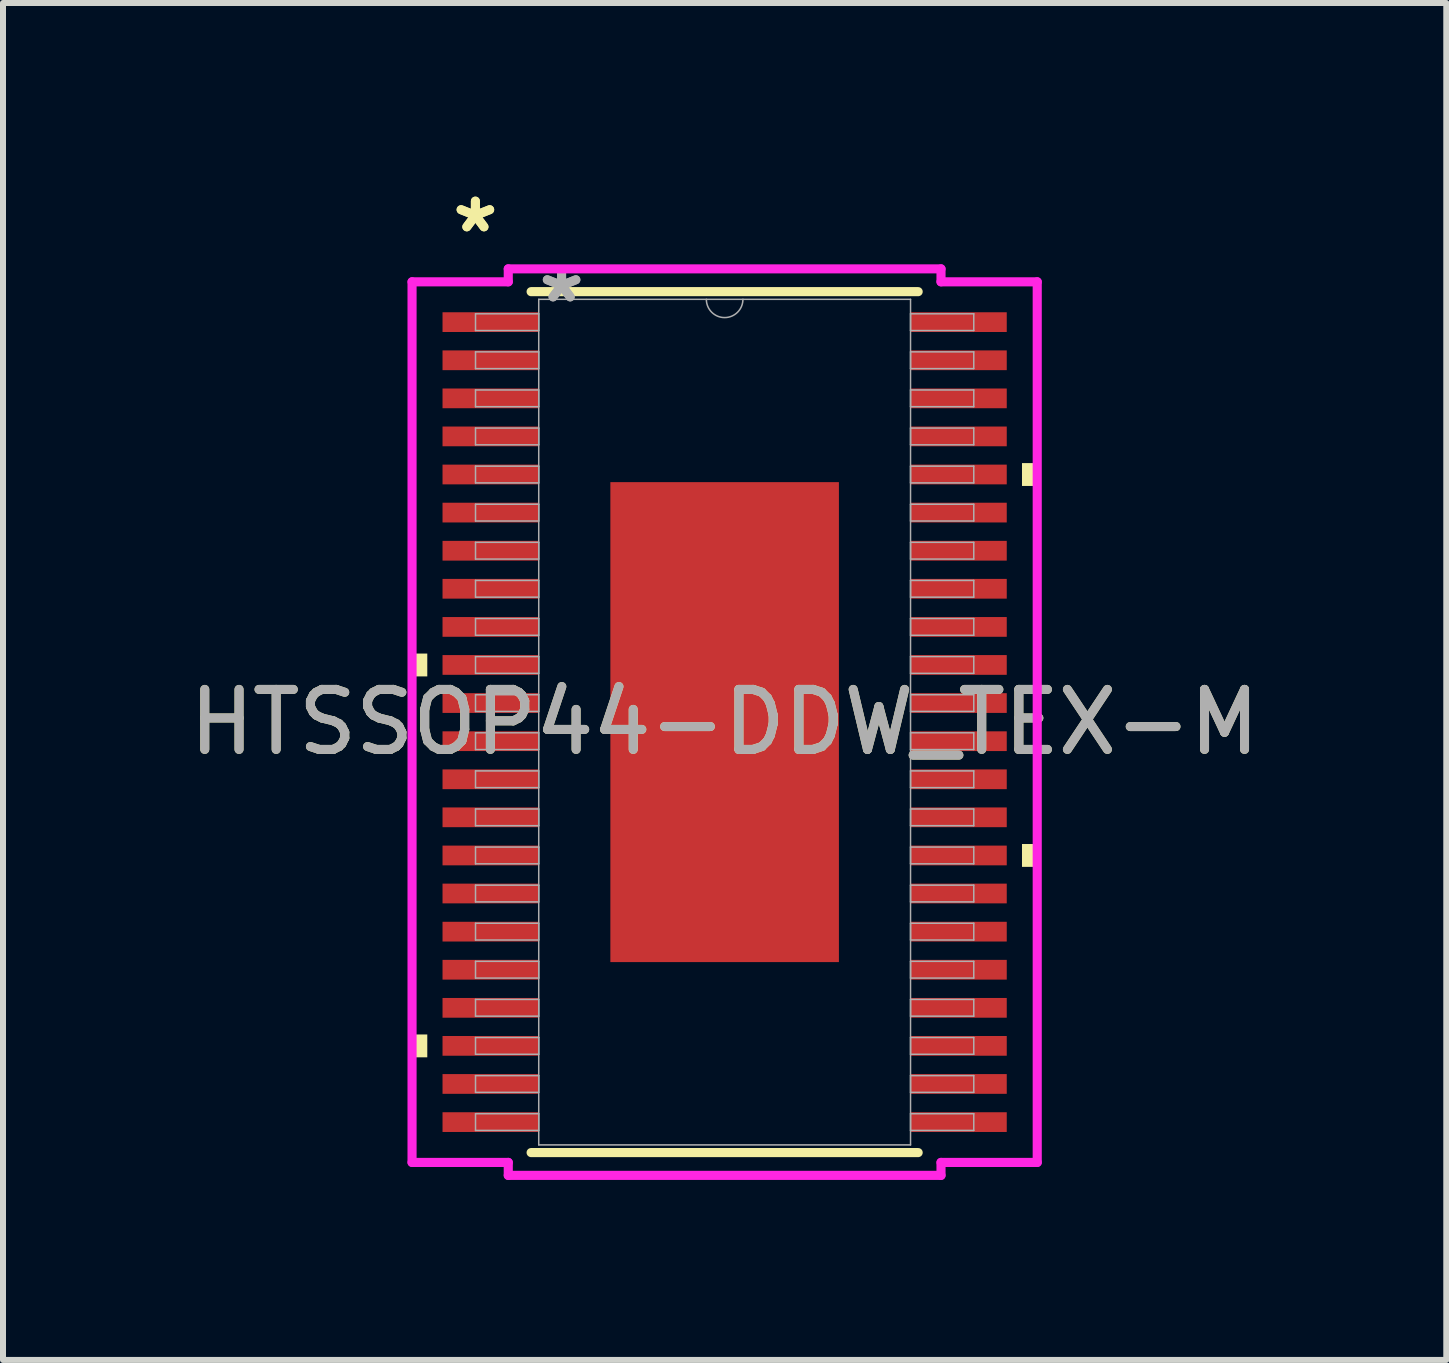
<source format=kicad_pcb>
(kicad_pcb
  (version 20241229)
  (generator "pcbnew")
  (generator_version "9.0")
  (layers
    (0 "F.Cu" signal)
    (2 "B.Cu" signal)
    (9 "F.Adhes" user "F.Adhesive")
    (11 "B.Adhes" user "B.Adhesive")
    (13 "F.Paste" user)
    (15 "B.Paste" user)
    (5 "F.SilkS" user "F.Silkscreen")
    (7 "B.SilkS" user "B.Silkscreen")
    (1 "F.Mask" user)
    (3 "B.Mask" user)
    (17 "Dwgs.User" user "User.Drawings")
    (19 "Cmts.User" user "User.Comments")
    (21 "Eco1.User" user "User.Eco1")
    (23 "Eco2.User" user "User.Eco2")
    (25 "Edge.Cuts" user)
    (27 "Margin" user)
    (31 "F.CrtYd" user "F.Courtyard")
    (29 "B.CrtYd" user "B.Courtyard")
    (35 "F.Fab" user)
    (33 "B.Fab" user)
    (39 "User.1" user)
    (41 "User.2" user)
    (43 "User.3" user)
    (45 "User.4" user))
  (footprint "HTSSOP44-DDW_TEX-M"
    (layer "F.Cu")
    (at 9.03 8.988)
    (property "Reference" "HTSSOP44-DDW_TEX-M" (at 0 0 0) (unlocked yes) (layer "F.SilkS") (effects (font (size 1 1) (thickness 0.15))))
    (attr smd)
    (fp_line (start -3.226 7.176) (end 3.226 7.176) (stroke (width 0.152) (type solid)) (layer "F.SilkS"))
    (fp_line (start 3.226 -7.176) (end -3.226 -7.176) (stroke (width 0.152) (type solid)) (layer "F.SilkS"))
    (fp_poly (pts (xy -5.211 -1.143) (xy -5.211 -0.762) (xy -4.957 -0.762) (xy -4.957 -1.143)) (stroke (width 0) (type solid)) (fill yes) (layer "F.SilkS"))
    (fp_poly (pts (xy -5.211 5.207) (xy -5.211 5.588) (xy -4.957 5.588) (xy -4.957 5.207)) (stroke (width 0) (type solid)) (fill yes) (layer "F.SilkS"))
    (fp_poly (pts (xy 5.211 -4.318) (xy 5.211 -3.937) (xy 4.957 -3.937) (xy 4.957 -4.318)) (stroke (width 0) (type solid)) (fill yes) (layer "F.SilkS"))
    (fp_poly (pts (xy 5.211 2.032) (xy 5.211 2.413) (xy 4.957 2.413) (xy 4.957 2.032)) (stroke (width 0) (type solid)) (fill yes) (layer "F.SilkS"))
    (fp_poly (pts (xy -1.805 -3.901) (xy -1.805 -2.767) (xy -0.735 -2.767) (xy -0.735 -3.901)) (stroke (width 0) (type solid)) (fill yes) (layer "F.Paste"))
    (fp_poly (pts (xy -1.805 -2.567) (xy -1.805 -1.433) (xy -0.735 -1.433) (xy -0.735 -2.567)) (stroke (width 0) (type solid)) (fill yes) (layer "F.Paste"))
    (fp_poly (pts (xy -1.805 -1.234) (xy -1.805 -0.1) (xy -0.735 -0.1) (xy -0.735 -1.234)) (stroke (width 0) (type solid)) (fill yes) (layer "F.Paste"))
    (fp_poly (pts (xy -1.805 0.1) (xy -1.805 1.234) (xy -0.735 1.234) (xy -0.735 0.1)) (stroke (width 0) (type solid)) (fill yes) (layer "F.Paste"))
    (fp_poly (pts (xy -1.805 1.433) (xy -1.805 2.567) (xy -0.735 2.567) (xy -0.735 1.433)) (stroke (width 0) (type solid)) (fill yes) (layer "F.Paste"))
    (fp_poly (pts (xy -1.805 2.767) (xy -1.805 3.901) (xy -0.735 3.901) (xy -0.735 2.767)) (stroke (width 0) (type solid)) (fill yes) (layer "F.Paste"))
    (fp_poly (pts (xy -0.535 -3.901) (xy -0.535 -2.767) (xy 0.535 -2.767) (xy 0.535 -3.901)) (stroke (width 0) (type solid)) (fill yes) (layer "F.Paste"))
    (fp_poly (pts (xy -0.535 -2.567) (xy -0.535 -1.433) (xy 0.535 -1.433) (xy 0.535 -2.567)) (stroke (width 0) (type solid)) (fill yes) (layer "F.Paste"))
    (fp_poly (pts (xy -0.535 -1.234) (xy -0.535 -0.1) (xy 0.535 -0.1) (xy 0.535 -1.234)) (stroke (width 0) (type solid)) (fill yes) (layer "F.Paste"))
    (fp_poly (pts (xy -0.535 0.1) (xy -0.535 1.234) (xy 0.535 1.234) (xy 0.535 0.1)) (stroke (width 0) (type solid)) (fill yes) (layer "F.Paste"))
    (fp_poly (pts (xy -0.535 1.433) (xy -0.535 2.567) (xy 0.535 2.567) (xy 0.535 1.433)) (stroke (width 0) (type solid)) (fill yes) (layer "F.Paste"))
    (fp_poly (pts (xy -0.535 2.767) (xy -0.535 3.901) (xy 0.535 3.901) (xy 0.535 2.767)) (stroke (width 0) (type solid)) (fill yes) (layer "F.Paste"))
    (fp_poly (pts (xy 0.735 -3.901) (xy 0.735 -2.767) (xy 1.805 -2.767) (xy 1.805 -3.901)) (stroke (width 0) (type solid)) (fill yes) (layer "F.Paste"))
    (fp_poly (pts (xy 0.735 -2.567) (xy 0.735 -1.433) (xy 1.805 -1.433) (xy 1.805 -2.567)) (stroke (width 0) (type solid)) (fill yes) (layer "F.Paste"))
    (fp_poly (pts (xy 0.735 -1.234) (xy 0.735 -0.1) (xy 1.805 -0.1) (xy 1.805 -1.234)) (stroke (width 0) (type solid)) (fill yes) (layer "F.Paste"))
    (fp_poly (pts (xy 0.735 0.1) (xy 0.735 1.234) (xy 1.805 1.234) (xy 1.805 0.1)) (stroke (width 0) (type solid)) (fill yes) (layer "F.Paste"))
    (fp_poly (pts (xy 0.735 1.433) (xy 0.735 2.567) (xy 1.805 2.567) (xy 1.805 1.433)) (stroke (width 0) (type solid)) (fill yes) (layer "F.Paste"))
    (fp_poly (pts (xy 0.735 2.767) (xy 0.735 3.901) (xy 1.805 3.901) (xy 1.805 2.767)) (stroke (width 0) (type solid)) (fill yes) (layer "F.Paste"))
    (fp_line (start -5.211 -7.34) (end -3.607 -7.34) (stroke (width 0.152) (type solid)) (layer "F.CrtYd"))
    (fp_line (start -5.211 7.34) (end -5.211 -7.34) (stroke (width 0.152) (type solid)) (layer "F.CrtYd"))
    (fp_line (start -5.211 7.34) (end -3.607 7.34) (stroke (width 0.152) (type solid)) (layer "F.CrtYd"))
    (fp_line (start -3.607 -7.556) (end 3.607 -7.556) (stroke (width 0.152) (type solid)) (layer "F.CrtYd"))
    (fp_line (start -3.607 -7.34) (end -3.607 -7.556) (stroke (width 0.152) (type solid)) (layer "F.CrtYd"))
    (fp_line (start -3.607 7.556) (end -3.607 7.34) (stroke (width 0.152) (type solid)) (layer "F.CrtYd"))
    (fp_line (start 3.607 -7.556) (end 3.607 -7.34) (stroke (width 0.152) (type solid)) (layer "F.CrtYd"))
    (fp_line (start 3.607 7.34) (end 3.607 7.556) (stroke (width 0.152) (type solid)) (layer "F.CrtYd"))
    (fp_line (start 3.607 7.556) (end -3.607 7.556) (stroke (width 0.152) (type solid)) (layer "F.CrtYd"))
    (fp_line (start 5.211 -7.34) (end 3.607 -7.34) (stroke (width 0.152) (type solid)) (layer "F.CrtYd"))
    (fp_line (start 5.211 -7.34) (end 5.211 7.34) (stroke (width 0.152) (type solid)) (layer "F.CrtYd"))
    (fp_line (start 5.211 7.34) (end 3.607 7.34) (stroke (width 0.152) (type solid)) (layer "F.CrtYd"))
    (fp_line (start -4.153 -6.807) (end -4.153 -6.528) (stroke (width 0.025) (type solid)) (layer "F.Fab"))
    (fp_line (start -4.153 -6.528) (end -3.099 -6.528) (stroke (width 0.025) (type solid)) (layer "F.Fab"))
    (fp_line (start -4.153 -6.172) (end -4.153 -5.893) (stroke (width 0.025) (type solid)) (layer "F.Fab"))
    (fp_line (start -4.153 -5.893) (end -3.099 -5.893) (stroke (width 0.025) (type solid)) (layer "F.Fab"))
    (fp_line (start -4.153 -5.537) (end -4.153 -5.258) (stroke (width 0.025) (type solid)) (layer "F.Fab"))
    (fp_line (start -4.153 -5.258) (end -3.099 -5.258) (stroke (width 0.025) (type solid)) (layer "F.Fab"))
    (fp_line (start -4.153 -4.902) (end -4.153 -4.623) (stroke (width 0.025) (type solid)) (layer "F.Fab"))
    (fp_line (start -4.153 -4.623) (end -3.099 -4.623) (stroke (width 0.025) (type solid)) (layer "F.Fab"))
    (fp_line (start -4.153 -4.267) (end -4.153 -3.988) (stroke (width 0.025) (type solid)) (layer "F.Fab"))
    (fp_line (start -4.153 -3.988) (end -3.099 -3.988) (stroke (width 0.025) (type solid)) (layer "F.Fab"))
    (fp_line (start -4.153 -3.632) (end -4.153 -3.353) (stroke (width 0.025) (type solid)) (layer "F.Fab"))
    (fp_line (start -4.153 -3.353) (end -3.099 -3.353) (stroke (width 0.025) (type solid)) (layer "F.Fab"))
    (fp_line (start -4.153 -2.997) (end -4.153 -2.718) (stroke (width 0.025) (type solid)) (layer "F.Fab"))
    (fp_line (start -4.153 -2.718) (end -3.099 -2.718) (stroke (width 0.025) (type solid)) (layer "F.Fab"))
    (fp_line (start -4.153 -2.362) (end -4.153 -2.083) (stroke (width 0.025) (type solid)) (layer "F.Fab"))
    (fp_line (start -4.153 -2.083) (end -3.099 -2.083) (stroke (width 0.025) (type solid)) (layer "F.Fab"))
    (fp_line (start -4.153 -1.727) (end -4.153 -1.448) (stroke (width 0.025) (type solid)) (layer "F.Fab"))
    (fp_line (start -4.153 -1.448) (end -3.099 -1.448) (stroke (width 0.025) (type solid)) (layer "F.Fab"))
    (fp_line (start -4.153 -1.092) (end -4.153 -0.813) (stroke (width 0.025) (type solid)) (layer "F.Fab"))
    (fp_line (start -4.153 -0.813) (end -3.099 -0.813) (stroke (width 0.025) (type solid)) (layer "F.Fab"))
    (fp_line (start -4.153 -0.457) (end -4.153 -0.178) (stroke (width 0.025) (type solid)) (layer "F.Fab"))
    (fp_line (start -4.153 -0.178) (end -3.099 -0.178) (stroke (width 0.025) (type solid)) (layer "F.Fab"))
    (fp_line (start -4.153 0.178) (end -4.153 0.457) (stroke (width 0.025) (type solid)) (layer "F.Fab"))
    (fp_line (start -4.153 0.457) (end -3.099 0.457) (stroke (width 0.025) (type solid)) (layer "F.Fab"))
    (fp_line (start -4.153 0.813) (end -4.153 1.092) (stroke (width 0.025) (type solid)) (layer "F.Fab"))
    (fp_line (start -4.153 1.092) (end -3.099 1.092) (stroke (width 0.025) (type solid)) (layer "F.Fab"))
    (fp_line (start -4.153 1.448) (end -4.153 1.727) (stroke (width 0.025) (type solid)) (layer "F.Fab"))
    (fp_line (start -4.153 1.727) (end -3.099 1.727) (stroke (width 0.025) (type solid)) (layer "F.Fab"))
    (fp_line (start -4.153 2.083) (end -4.153 2.362) (stroke (width 0.025) (type solid)) (layer "F.Fab"))
    (fp_line (start -4.153 2.362) (end -3.099 2.362) (stroke (width 0.025) (type solid)) (layer "F.Fab"))
    (fp_line (start -4.153 2.718) (end -4.153 2.997) (stroke (width 0.025) (type solid)) (layer "F.Fab"))
    (fp_line (start -4.153 2.997) (end -3.099 2.997) (stroke (width 0.025) (type solid)) (layer "F.Fab"))
    (fp_line (start -4.153 3.353) (end -4.153 3.632) (stroke (width 0.025) (type solid)) (layer "F.Fab"))
    (fp_line (start -4.153 3.632) (end -3.099 3.632) (stroke (width 0.025) (type solid)) (layer "F.Fab"))
    (fp_line (start -4.153 3.988) (end -4.153 4.267) (stroke (width 0.025) (type solid)) (layer "F.Fab"))
    (fp_line (start -4.153 4.267) (end -3.099 4.267) (stroke (width 0.025) (type solid)) (layer "F.Fab"))
    (fp_line (start -4.153 4.623) (end -4.153 4.902) (stroke (width 0.025) (type solid)) (layer "F.Fab"))
    (fp_line (start -4.153 4.902) (end -3.099 4.902) (stroke (width 0.025) (type solid)) (layer "F.Fab"))
    (fp_line (start -4.153 5.258) (end -4.153 5.537) (stroke (width 0.025) (type solid)) (layer "F.Fab"))
    (fp_line (start -4.153 5.537) (end -3.099 5.537) (stroke (width 0.025) (type solid)) (layer "F.Fab"))
    (fp_line (start -4.153 5.893) (end -4.153 6.172) (stroke (width 0.025) (type solid)) (layer "F.Fab"))
    (fp_line (start -4.153 6.172) (end -3.099 6.172) (stroke (width 0.025) (type solid)) (layer "F.Fab"))
    (fp_line (start -4.153 6.528) (end -4.153 6.807) (stroke (width 0.025) (type solid)) (layer "F.Fab"))
    (fp_line (start -4.153 6.807) (end -3.099 6.807) (stroke (width 0.025) (type solid)) (layer "F.Fab"))
    (fp_line (start -3.099 -7.048) (end -3.099 7.048) (stroke (width 0.025) (type solid)) (layer "F.Fab"))
    (fp_line (start -3.099 -6.807) (end -4.153 -6.807) (stroke (width 0.025) (type solid)) (layer "F.Fab"))
    (fp_line (start -3.099 -6.528) (end -3.099 -6.807) (stroke (width 0.025) (type solid)) (layer "F.Fab"))
    (fp_line (start -3.099 -6.172) (end -4.153 -6.172) (stroke (width 0.025) (type solid)) (layer "F.Fab"))
    (fp_line (start -3.099 -5.893) (end -3.099 -6.172) (stroke (width 0.025) (type solid)) (layer "F.Fab"))
    (fp_line (start -3.099 -5.537) (end -4.153 -5.537) (stroke (width 0.025) (type solid)) (layer "F.Fab"))
    (fp_line (start -3.099 -5.258) (end -3.099 -5.537) (stroke (width 0.025) (type solid)) (layer "F.Fab"))
    (fp_line (start -3.099 -4.902) (end -4.153 -4.902) (stroke (width 0.025) (type solid)) (layer "F.Fab"))
    (fp_line (start -3.099 -4.623) (end -3.099 -4.902) (stroke (width 0.025) (type solid)) (layer "F.Fab"))
    (fp_line (start -3.099 -4.267) (end -4.153 -4.267) (stroke (width 0.025) (type solid)) (layer "F.Fab"))
    (fp_line (start -3.099 -3.988) (end -3.099 -4.267) (stroke (width 0.025) (type solid)) (layer "F.Fab"))
    (fp_line (start -3.099 -3.632) (end -4.153 -3.632) (stroke (width 0.025) (type solid)) (layer "F.Fab"))
    (fp_line (start -3.099 -3.353) (end -3.099 -3.632) (stroke (width 0.025) (type solid)) (layer "F.Fab"))
    (fp_line (start -3.099 -2.997) (end -4.153 -2.997) (stroke (width 0.025) (type solid)) (layer "F.Fab"))
    (fp_line (start -3.099 -2.718) (end -3.099 -2.997) (stroke (width 0.025) (type solid)) (layer "F.Fab"))
    (fp_line (start -3.099 -2.362) (end -4.153 -2.362) (stroke (width 0.025) (type solid)) (layer "F.Fab"))
    (fp_line (start -3.099 -2.083) (end -3.099 -2.362) (stroke (width 0.025) (type solid)) (layer "F.Fab"))
    (fp_line (start -3.099 -1.727) (end -4.153 -1.727) (stroke (width 0.025) (type solid)) (layer "F.Fab"))
    (fp_line (start -3.099 -1.448) (end -3.099 -1.727) (stroke (width 0.025) (type solid)) (layer "F.Fab"))
    (fp_line (start -3.099 -1.092) (end -4.153 -1.092) (stroke (width 0.025) (type solid)) (layer "F.Fab"))
    (fp_line (start -3.099 -0.813) (end -3.099 -1.092) (stroke (width 0.025) (type solid)) (layer "F.Fab"))
    (fp_line (start -3.099 -0.457) (end -4.153 -0.457) (stroke (width 0.025) (type solid)) (layer "F.Fab"))
    (fp_line (start -3.099 -0.178) (end -3.099 -0.457) (stroke (width 0.025) (type solid)) (layer "F.Fab"))
    (fp_line (start -3.099 0.178) (end -4.153 0.178) (stroke (width 0.025) (type solid)) (layer "F.Fab"))
    (fp_line (start -3.099 0.457) (end -3.099 0.178) (stroke (width 0.025) (type solid)) (layer "F.Fab"))
    (fp_line (start -3.099 0.813) (end -4.153 0.813) (stroke (width 0.025) (type solid)) (layer "F.Fab"))
    (fp_line (start -3.099 1.092) (end -3.099 0.813) (stroke (width 0.025) (type solid)) (layer "F.Fab"))
    (fp_line (start -3.099 1.448) (end -4.153 1.448) (stroke (width 0.025) (type solid)) (layer "F.Fab"))
    (fp_line (start -3.099 1.727) (end -3.099 1.448) (stroke (width 0.025) (type solid)) (layer "F.Fab"))
    (fp_line (start -3.099 2.083) (end -4.153 2.083) (stroke (width 0.025) (type solid)) (layer "F.Fab"))
    (fp_line (start -3.099 2.362) (end -3.099 2.083) (stroke (width 0.025) (type solid)) (layer "F.Fab"))
    (fp_line (start -3.099 2.718) (end -4.153 2.718) (stroke (width 0.025) (type solid)) (layer "F.Fab"))
    (fp_line (start -3.099 2.997) (end -3.099 2.718) (stroke (width 0.025) (type solid)) (layer "F.Fab"))
    (fp_line (start -3.099 3.353) (end -4.153 3.353) (stroke (width 0.025) (type solid)) (layer "F.Fab"))
    (fp_line (start -3.099 3.632) (end -3.099 3.353) (stroke (width 0.025) (type solid)) (layer "F.Fab"))
    (fp_line (start -3.099 3.988) (end -4.153 3.988) (stroke (width 0.025) (type solid)) (layer "F.Fab"))
    (fp_line (start -3.099 4.267) (end -3.099 3.988) (stroke (width 0.025) (type solid)) (layer "F.Fab"))
    (fp_line (start -3.099 4.623) (end -4.153 4.623) (stroke (width 0.025) (type solid)) (layer "F.Fab"))
    (fp_line (start -3.099 4.902) (end -3.099 4.623) (stroke (width 0.025) (type solid)) (layer "F.Fab"))
    (fp_line (start -3.099 5.258) (end -4.153 5.258) (stroke (width 0.025) (type solid)) (layer "F.Fab"))
    (fp_line (start -3.099 5.537) (end -3.099 5.258) (stroke (width 0.025) (type solid)) (layer "F.Fab"))
    (fp_line (start -3.099 5.893) (end -4.153 5.893) (stroke (width 0.025) (type solid)) (layer "F.Fab"))
    (fp_line (start -3.099 6.172) (end -3.099 5.893) (stroke (width 0.025) (type solid)) (layer "F.Fab"))
    (fp_line (start -3.099 6.528) (end -4.153 6.528) (stroke (width 0.025) (type solid)) (layer "F.Fab"))
    (fp_line (start -3.099 6.807) (end -3.099 6.528) (stroke (width 0.025) (type solid)) (layer "F.Fab"))
    (fp_line (start -3.099 7.048) (end 3.099 7.048) (stroke (width 0.025) (type solid)) (layer "F.Fab"))
    (fp_line (start 3.099 -7.048) (end -3.099 -7.048) (stroke (width 0.025) (type solid)) (layer "F.Fab"))
    (fp_line (start 3.099 -6.807) (end 3.099 -6.528) (stroke (width 0.025) (type solid)) (layer "F.Fab"))
    (fp_line (start 3.099 -6.528) (end 4.153 -6.528) (stroke (width 0.025) (type solid)) (layer "F.Fab"))
    (fp_line (start 3.099 -6.172) (end 3.099 -5.893) (stroke (width 0.025) (type solid)) (layer "F.Fab"))
    (fp_line (start 3.099 -5.893) (end 4.153 -5.893) (stroke (width 0.025) (type solid)) (layer "F.Fab"))
    (fp_line (start 3.099 -5.537) (end 3.099 -5.258) (stroke (width 0.025) (type solid)) (layer "F.Fab"))
    (fp_line (start 3.099 -5.258) (end 4.153 -5.258) (stroke (width 0.025) (type solid)) (layer "F.Fab"))
    (fp_line (start 3.099 -4.902) (end 3.099 -4.623) (stroke (width 0.025) (type solid)) (layer "F.Fab"))
    (fp_line (start 3.099 -4.623) (end 4.153 -4.623) (stroke (width 0.025) (type solid)) (layer "F.Fab"))
    (fp_line (start 3.099 -4.267) (end 3.099 -3.988) (stroke (width 0.025) (type solid)) (layer "F.Fab"))
    (fp_line (start 3.099 -3.988) (end 4.153 -3.988) (stroke (width 0.025) (type solid)) (layer "F.Fab"))
    (fp_line (start 3.099 -3.632) (end 3.099 -3.353) (stroke (width 0.025) (type solid)) (layer "F.Fab"))
    (fp_line (start 3.099 -3.353) (end 4.153 -3.353) (stroke (width 0.025) (type solid)) (layer "F.Fab"))
    (fp_line (start 3.099 -2.997) (end 3.099 -2.718) (stroke (width 0.025) (type solid)) (layer "F.Fab"))
    (fp_line (start 3.099 -2.718) (end 4.153 -2.718) (stroke (width 0.025) (type solid)) (layer "F.Fab"))
    (fp_line (start 3.099 -2.362) (end 3.099 -2.083) (stroke (width 0.025) (type solid)) (layer "F.Fab"))
    (fp_line (start 3.099 -2.083) (end 4.153 -2.083) (stroke (width 0.025) (type solid)) (layer "F.Fab"))
    (fp_line (start 3.099 -1.727) (end 3.099 -1.448) (stroke (width 0.025) (type solid)) (layer "F.Fab"))
    (fp_line (start 3.099 -1.448) (end 4.153 -1.448) (stroke (width 0.025) (type solid)) (layer "F.Fab"))
    (fp_line (start 3.099 -1.092) (end 3.099 -0.813) (stroke (width 0.025) (type solid)) (layer "F.Fab"))
    (fp_line (start 3.099 -0.813) (end 4.153 -0.813) (stroke (width 0.025) (type solid)) (layer "F.Fab"))
    (fp_line (start 3.099 -0.457) (end 3.099 -0.178) (stroke (width 0.025) (type solid)) (layer "F.Fab"))
    (fp_line (start 3.099 -0.178) (end 4.153 -0.178) (stroke (width 0.025) (type solid)) (layer "F.Fab"))
    (fp_line (start 3.099 0.178) (end 3.099 0.457) (stroke (width 0.025) (type solid)) (layer "F.Fab"))
    (fp_line (start 3.099 0.457) (end 4.153 0.457) (stroke (width 0.025) (type solid)) (layer "F.Fab"))
    (fp_line (start 3.099 0.813) (end 3.099 1.092) (stroke (width 0.025) (type solid)) (layer "F.Fab"))
    (fp_line (start 3.099 1.092) (end 4.153 1.092) (stroke (width 0.025) (type solid)) (layer "F.Fab"))
    (fp_line (start 3.099 1.448) (end 3.099 1.727) (stroke (width 0.025) (type solid)) (layer "F.Fab"))
    (fp_line (start 3.099 1.727) (end 4.153 1.727) (stroke (width 0.025) (type solid)) (layer "F.Fab"))
    (fp_line (start 3.099 2.083) (end 3.099 2.362) (stroke (width 0.025) (type solid)) (layer "F.Fab"))
    (fp_line (start 3.099 2.362) (end 4.153 2.362) (stroke (width 0.025) (type solid)) (layer "F.Fab"))
    (fp_line (start 3.099 2.718) (end 3.099 2.997) (stroke (width 0.025) (type solid)) (layer "F.Fab"))
    (fp_line (start 3.099 2.997) (end 4.153 2.997) (stroke (width 0.025) (type solid)) (layer "F.Fab"))
    (fp_line (start 3.099 3.353) (end 3.099 3.632) (stroke (width 0.025) (type solid)) (layer "F.Fab"))
    (fp_line (start 3.099 3.632) (end 4.153 3.632) (stroke (width 0.025) (type solid)) (layer "F.Fab"))
    (fp_line (start 3.099 3.988) (end 3.099 4.267) (stroke (width 0.025) (type solid)) (layer "F.Fab"))
    (fp_line (start 3.099 4.267) (end 4.153 4.267) (stroke (width 0.025) (type solid)) (layer "F.Fab"))
    (fp_line (start 3.099 4.623) (end 3.099 4.902) (stroke (width 0.025) (type solid)) (layer "F.Fab"))
    (fp_line (start 3.099 4.902) (end 4.153 4.902) (stroke (width 0.025) (type solid)) (layer "F.Fab"))
    (fp_line (start 3.099 5.258) (end 3.099 5.537) (stroke (width 0.025) (type solid)) (layer "F.Fab"))
    (fp_line (start 3.099 5.537) (end 4.153 5.537) (stroke (width 0.025) (type solid)) (layer "F.Fab"))
    (fp_line (start 3.099 5.893) (end 3.099 6.172) (stroke (width 0.025) (type solid)) (layer "F.Fab"))
    (fp_line (start 3.099 6.172) (end 4.153 6.172) (stroke (width 0.025) (type solid)) (layer "F.Fab"))
    (fp_line (start 3.099 6.528) (end 3.099 6.807) (stroke (width 0.025) (type solid)) (layer "F.Fab"))
    (fp_line (start 3.099 6.807) (end 4.153 6.807) (stroke (width 0.025) (type solid)) (layer "F.Fab"))
    (fp_line (start 3.099 7.048) (end 3.099 -7.048) (stroke (width 0.025) (type solid)) (layer "F.Fab"))
    (fp_line (start 4.153 -6.807) (end 3.099 -6.807) (stroke (width 0.025) (type solid)) (layer "F.Fab"))
    (fp_line (start 4.153 -6.528) (end 4.153 -6.807) (stroke (width 0.025) (type solid)) (layer "F.Fab"))
    (fp_line (start 4.153 -6.172) (end 3.099 -6.172) (stroke (width 0.025) (type solid)) (layer "F.Fab"))
    (fp_line (start 4.153 -5.893) (end 4.153 -6.172) (stroke (width 0.025) (type solid)) (layer "F.Fab"))
    (fp_line (start 4.153 -5.537) (end 3.099 -5.537) (stroke (width 0.025) (type solid)) (layer "F.Fab"))
    (fp_line (start 4.153 -5.258) (end 4.153 -5.537) (stroke (width 0.025) (type solid)) (layer "F.Fab"))
    (fp_line (start 4.153 -4.902) (end 3.099 -4.902) (stroke (width 0.025) (type solid)) (layer "F.Fab"))
    (fp_line (start 4.153 -4.623) (end 4.153 -4.902) (stroke (width 0.025) (type solid)) (layer "F.Fab"))
    (fp_line (start 4.153 -4.267) (end 3.099 -4.267) (stroke (width 0.025) (type solid)) (layer "F.Fab"))
    (fp_line (start 4.153 -3.988) (end 4.153 -4.267) (stroke (width 0.025) (type solid)) (layer "F.Fab"))
    (fp_line (start 4.153 -3.632) (end 3.099 -3.632) (stroke (width 0.025) (type solid)) (layer "F.Fab"))
    (fp_line (start 4.153 -3.353) (end 4.153 -3.632) (stroke (width 0.025) (type solid)) (layer "F.Fab"))
    (fp_line (start 4.153 -2.997) (end 3.099 -2.997) (stroke (width 0.025) (type solid)) (layer "F.Fab"))
    (fp_line (start 4.153 -2.718) (end 4.153 -2.997) (stroke (width 0.025) (type solid)) (layer "F.Fab"))
    (fp_line (start 4.153 -2.362) (end 3.099 -2.362) (stroke (width 0.025) (type solid)) (layer "F.Fab"))
    (fp_line (start 4.153 -2.083) (end 4.153 -2.362) (stroke (width 0.025) (type solid)) (layer "F.Fab"))
    (fp_line (start 4.153 -1.727) (end 3.099 -1.727) (stroke (width 0.025) (type solid)) (layer "F.Fab"))
    (fp_line (start 4.153 -1.448) (end 4.153 -1.727) (stroke (width 0.025) (type solid)) (layer "F.Fab"))
    (fp_line (start 4.153 -1.092) (end 3.099 -1.092) (stroke (width 0.025) (type solid)) (layer "F.Fab"))
    (fp_line (start 4.153 -0.813) (end 4.153 -1.092) (stroke (width 0.025) (type solid)) (layer "F.Fab"))
    (fp_line (start 4.153 -0.457) (end 3.099 -0.457) (stroke (width 0.025) (type solid)) (layer "F.Fab"))
    (fp_line (start 4.153 -0.178) (end 4.153 -0.457) (stroke (width 0.025) (type solid)) (layer "F.Fab"))
    (fp_line (start 4.153 0.178) (end 3.099 0.178) (stroke (width 0.025) (type solid)) (layer "F.Fab"))
    (fp_line (start 4.153 0.457) (end 4.153 0.178) (stroke (width 0.025) (type solid)) (layer "F.Fab"))
    (fp_line (start 4.153 0.813) (end 3.099 0.813) (stroke (width 0.025) (type solid)) (layer "F.Fab"))
    (fp_line (start 4.153 1.092) (end 4.153 0.813) (stroke (width 0.025) (type solid)) (layer "F.Fab"))
    (fp_line (start 4.153 1.448) (end 3.099 1.448) (stroke (width 0.025) (type solid)) (layer "F.Fab"))
    (fp_line (start 4.153 1.727) (end 4.153 1.448) (stroke (width 0.025) (type solid)) (layer "F.Fab"))
    (fp_line (start 4.153 2.083) (end 3.099 2.083) (stroke (width 0.025) (type solid)) (layer "F.Fab"))
    (fp_line (start 4.153 2.362) (end 4.153 2.083) (stroke (width 0.025) (type solid)) (layer "F.Fab"))
    (fp_line (start 4.153 2.718) (end 3.099 2.718) (stroke (width 0.025) (type solid)) (layer "F.Fab"))
    (fp_line (start 4.153 2.997) (end 4.153 2.718) (stroke (width 0.025) (type solid)) (layer "F.Fab"))
    (fp_line (start 4.153 3.353) (end 3.099 3.353) (stroke (width 0.025) (type solid)) (layer "F.Fab"))
    (fp_line (start 4.153 3.632) (end 4.153 3.353) (stroke (width 0.025) (type solid)) (layer "F.Fab"))
    (fp_line (start 4.153 3.988) (end 3.099 3.988) (stroke (width 0.025) (type solid)) (layer "F.Fab"))
    (fp_line (start 4.153 4.267) (end 4.153 3.988) (stroke (width 0.025) (type solid)) (layer "F.Fab"))
    (fp_line (start 4.153 4.623) (end 3.099 4.623) (stroke (width 0.025) (type solid)) (layer "F.Fab"))
    (fp_line (start 4.153 4.902) (end 4.153 4.623) (stroke (width 0.025) (type solid)) (layer "F.Fab"))
    (fp_line (start 4.153 5.258) (end 3.099 5.258) (stroke (width 0.025) (type solid)) (layer "F.Fab"))
    (fp_line (start 4.153 5.537) (end 4.153 5.258) (stroke (width 0.025) (type solid)) (layer "F.Fab"))
    (fp_line (start 4.153 5.893) (end 3.099 5.893) (stroke (width 0.025) (type solid)) (layer "F.Fab"))
    (fp_line (start 4.153 6.172) (end 4.153 5.893) (stroke (width 0.025) (type solid)) (layer "F.Fab"))
    (fp_line (start 4.153 6.528) (end 3.099 6.528) (stroke (width 0.025) (type solid)) (layer "F.Fab"))
    (fp_line (start 4.153 6.807) (end 4.153 6.528) (stroke (width 0.025) (type solid)) (layer "F.Fab"))
    (fp_arc (start 0.3048 -7.0485) (mid 0 -6.7437) (end -0.3048 -7.0485) (stroke (width 0.0254) (type solid)) (layer "F.Fab"))
    (fp_text user "*" (at -4.155 -8.14 0) (unlocked yes) (layer "F.SilkS") (effects (font (size 1 1) (thickness 0.15))))
    (fp_text user "*" (at -4.155 -8.14 0) (layer "F.SilkS") (effects (font (size 1 1) (thickness 0.15))))
    (fp_text user "*" (at -2.718 -6.972 0) (unlocked yes) (layer "F.Fab") (effects (font (size 1 1) (thickness 0.15))))
    (fp_text user "${REFERENCE}" (at 0 0 0) (unlocked yes) (layer "F.Fab") (effects (font (size 1 1) (thickness 0.15))))
    (fp_text user "*" (at -2.718 -6.972 0) (layer "F.Fab") (effects (font (size 1 1) (thickness 0.15))))
    (pad "1" smd rect (at -3.901 -6.668) (size 1.604 0.329) (layers "F.Cu" "F.Mask" "F.Paste"))
    (pad "2" smd rect (at -3.901 -6.032) (size 1.604 0.329) (layers "F.Cu" "F.Mask" "F.Paste"))
    (pad "3" smd rect (at -3.901 -5.397) (size 1.604 0.329) (layers "F.Cu" "F.Mask" "F.Paste"))
    (pad "4" smd rect (at -3.901 -4.763) (size 1.604 0.329) (layers "F.Cu" "F.Mask" "F.Paste"))
    (pad "5" smd rect (at -3.901 -4.128) (size 1.604 0.329) (layers "F.Cu" "F.Mask" "F.Paste"))
    (pad "6" smd rect (at -3.901 -3.493) (size 1.604 0.329) (layers "F.Cu" "F.Mask" "F.Paste"))
    (pad "7" smd rect (at -3.901 -2.857) (size 1.604 0.329) (layers "F.Cu" "F.Mask" "F.Paste"))
    (pad "8" smd rect (at -3.901 -2.223) (size 1.604 0.329) (layers "F.Cu" "F.Mask" "F.Paste"))
    (pad "9" smd rect (at -3.901 -1.587) (size 1.604 0.329) (layers "F.Cu" "F.Mask" "F.Paste"))
    (pad "10" smd rect (at -3.901 -0.953) (size 1.604 0.329) (layers "F.Cu" "F.Mask" "F.Paste"))
    (pad "11" smd rect (at -3.901 -0.318) (size 1.604 0.329) (layers "F.Cu" "F.Mask" "F.Paste"))
    (pad "12" smd rect (at -3.901 0.318) (size 1.604 0.329) (layers "F.Cu" "F.Mask" "F.Paste"))
    (pad "13" smd rect (at -3.901 0.953) (size 1.604 0.329) (layers "F.Cu" "F.Mask" "F.Paste"))
    (pad "14" smd rect (at -3.901 1.587) (size 1.604 0.329) (layers "F.Cu" "F.Mask" "F.Paste"))
    (pad "15" smd rect (at -3.901 2.223) (size 1.604 0.329) (layers "F.Cu" "F.Mask" "F.Paste"))
    (pad "16" smd rect (at -3.901 2.857) (size 1.604 0.329) (layers "F.Cu" "F.Mask" "F.Paste"))
    (pad "17" smd rect (at -3.901 3.493) (size 1.604 0.329) (layers "F.Cu" "F.Mask" "F.Paste"))
    (pad "18" smd rect (at -3.901 4.128) (size 1.604 0.329) (layers "F.Cu" "F.Mask" "F.Paste"))
    (pad "19" smd rect (at -3.901 4.763) (size 1.604 0.329) (layers "F.Cu" "F.Mask" "F.Paste"))
    (pad "20" smd rect (at -3.901 5.397) (size 1.604 0.329) (layers "F.Cu" "F.Mask" "F.Paste"))
    (pad "21" smd rect (at -3.901 6.032) (size 1.604 0.329) (layers "F.Cu" "F.Mask" "F.Paste"))
    (pad "22" smd rect (at -3.901 6.668) (size 1.604 0.329) (layers "F.Cu" "F.Mask" "F.Paste"))
    (pad "23" smd rect (at 3.901 6.668) (size 1.604 0.329) (layers "F.Cu" "F.Mask" "F.Paste"))
    (pad "24" smd rect (at 3.901 6.032) (size 1.604 0.329) (layers "F.Cu" "F.Mask" "F.Paste"))
    (pad "25" smd rect (at 3.901 5.397) (size 1.604 0.329) (layers "F.Cu" "F.Mask" "F.Paste"))
    (pad "26" smd rect (at 3.901 4.763) (size 1.604 0.329) (layers "F.Cu" "F.Mask" "F.Paste"))
    (pad "27" smd rect (at 3.901 4.128) (size 1.604 0.329) (layers "F.Cu" "F.Mask" "F.Paste"))
    (pad "28" smd rect (at 3.901 3.493) (size 1.604 0.329) (layers "F.Cu" "F.Mask" "F.Paste"))
    (pad "29" smd rect (at 3.901 2.857) (size 1.604 0.329) (layers "F.Cu" "F.Mask" "F.Paste"))
    (pad "30" smd rect (at 3.901 2.223) (size 1.604 0.329) (layers "F.Cu" "F.Mask" "F.Paste"))
    (pad "31" smd rect (at 3.901 1.587) (size 1.604 0.329) (layers "F.Cu" "F.Mask" "F.Paste"))
    (pad "32" smd rect (at 3.901 0.953) (size 1.604 0.329) (layers "F.Cu" "F.Mask" "F.Paste"))
    (pad "33" smd rect (at 3.901 0.318) (size 1.604 0.329) (layers "F.Cu" "F.Mask" "F.Paste"))
    (pad "34" smd rect (at 3.901 -0.318) (size 1.604 0.329) (layers "F.Cu" "F.Mask" "F.Paste"))
    (pad "35" smd rect (at 3.901 -0.953) (size 1.604 0.329) (layers "F.Cu" "F.Mask" "F.Paste"))
    (pad "36" smd rect (at 3.901 -1.587) (size 1.604 0.329) (layers "F.Cu" "F.Mask" "F.Paste"))
    (pad "37" smd rect (at 3.901 -2.223) (size 1.604 0.329) (layers "F.Cu" "F.Mask" "F.Paste"))
    (pad "38" smd rect (at 3.901 -2.857) (size 1.604 0.329) (layers "F.Cu" "F.Mask" "F.Paste"))
    (pad "39" smd rect (at 3.901 -3.493) (size 1.604 0.329) (layers "F.Cu" "F.Mask" "F.Paste"))
    (pad "40" smd rect (at 3.901 -4.128) (size 1.604 0.329) (layers "F.Cu" "F.Mask" "F.Paste"))
    (pad "41" smd rect (at 3.901 -4.763) (size 1.604 0.329) (layers "F.Cu" "F.Mask" "F.Paste"))
    (pad "42" smd rect (at 3.901 -5.397) (size 1.604 0.329) (layers "F.Cu" "F.Mask" "F.Paste"))
    (pad "43" smd rect (at 3.901 -6.032) (size 1.604 0.329) (layers "F.Cu" "F.Mask" "F.Paste"))
    (pad "44" smd rect (at 3.901 -6.668) (size 1.604 0.329) (layers "F.Cu" "F.Mask" "F.Paste"))
    (pad "EPAD" smd rect (at 0 0) (size 3.81 8.001) (layers "F.Cu" "F.Mask")))
  (gr_rect
    (start -3 -3)
    (end 21.06 19.621)
    (stroke (width 0.1) (type default))
    (fill no)
    (layer "Edge.Cuts")))
</source>
